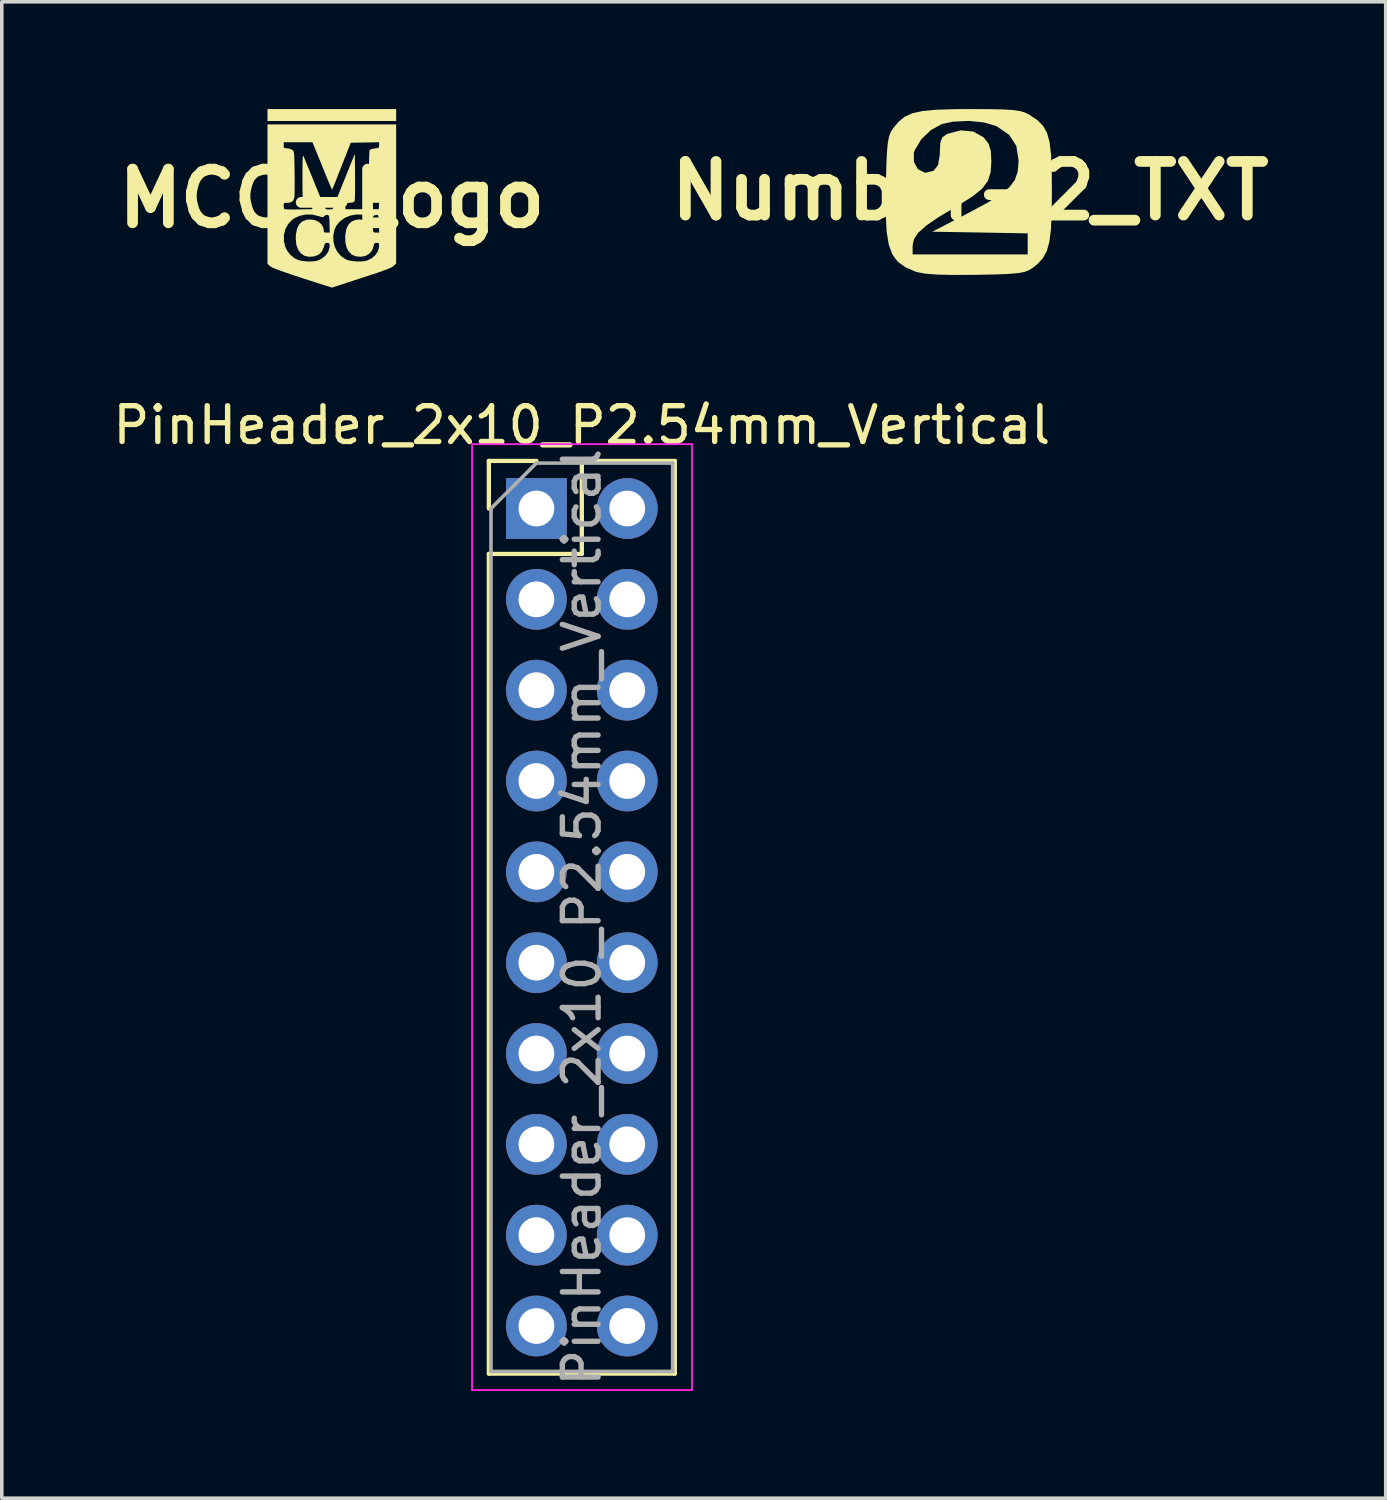
<source format=kicad_pcb>
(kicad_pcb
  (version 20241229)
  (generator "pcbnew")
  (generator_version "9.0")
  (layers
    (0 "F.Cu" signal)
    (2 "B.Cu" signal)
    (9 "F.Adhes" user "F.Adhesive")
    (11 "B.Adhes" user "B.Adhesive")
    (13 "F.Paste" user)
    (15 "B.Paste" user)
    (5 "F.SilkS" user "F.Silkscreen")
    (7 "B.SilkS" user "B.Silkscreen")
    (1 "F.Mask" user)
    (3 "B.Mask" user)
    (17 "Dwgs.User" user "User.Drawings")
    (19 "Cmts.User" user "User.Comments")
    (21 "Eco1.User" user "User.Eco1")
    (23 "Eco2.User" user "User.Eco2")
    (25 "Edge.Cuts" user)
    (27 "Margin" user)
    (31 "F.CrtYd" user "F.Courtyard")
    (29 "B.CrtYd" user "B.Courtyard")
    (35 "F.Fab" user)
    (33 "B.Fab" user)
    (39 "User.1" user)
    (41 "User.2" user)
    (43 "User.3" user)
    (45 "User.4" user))
  (footprint "MCC-Logo"
    (layer "F.Cu")
    (at 6.229 2.502)
    (property "Reference" "MCC-Logo" (at 0 0 0) (layer "F.SilkS") (effects (font (size 1.5 1.5) (thickness 0.3))))
    (attr board_only exclude_from_pos_files exclude_from_bom)
    (fp_poly (pts (xy 1.799 -2.335) (xy 1.799 -2.168) (xy 0 -2.168) (xy -1.799 -2.168) (xy -1.799 -2.335) (xy -1.799 -2.502) (xy 0 -2.502) (xy 1.799 -2.502)) (stroke (width 0) (type solid)) (fill yes) (layer "F.SilkS"))
    (fp_poly (pts (xy 1.799 -0.129) (xy 1.799 1.815) (xy 1.731 1.882) (xy 1.705 1.903) (xy 1.665 1.926) (xy 1.606 1.953) (xy 1.524 1.986) (xy 1.415 2.026) (xy 1.274 2.075) (xy 1.097 2.134) (xy 0.879 2.206) (xy 0.844 2.217) (xy 0.655 2.278) (xy 0.482 2.335) (xy 0.328 2.386) (xy 0.199 2.428) (xy 0.099 2.46) (xy 0.036 2.482) (xy 0.012 2.49) (xy -0.013 2.484) (xy -0.077 2.464) (xy -0.177 2.434) (xy -0.307 2.393) (xy -0.462 2.343) (xy -0.636 2.287) (xy -0.826 2.225) (xy -0.834 2.222) (xy -1.07 2.145) (xy -1.264 2.079) (xy -1.419 2.025) (xy -1.539 1.981) (xy -1.628 1.945) (xy -1.69 1.916) (xy -1.727 1.893) (xy -1.733 1.888) (xy -1.799 1.826) (xy -1.799 1.012) (xy -1.339 1.012) (xy -1.339 1.189) (xy -1.312 1.321) (xy -1.251 1.456) (xy -1.157 1.576) (xy -1.041 1.671) (xy -0.926 1.724) (xy -0.811 1.748) (xy -0.676 1.76) (xy -0.541 1.758) (xy -0.428 1.743) (xy -0.414 1.739) (xy -0.286 1.683) (xy -0.18 1.598) (xy -0.103 1.493) (xy -0.064 1.375) (xy -0.06 1.328) (xy -0.063 1.27) (xy -0.08 1.245) (xy -0.122 1.239) (xy -0.127 1.239) (xy -0.168 1.244) (xy -0.194 1.267) (xy -0.214 1.319) (xy -0.223 1.355) (xy -0.275 1.477) (xy -0.358 1.563) (xy -0.474 1.614) (xy -0.488 1.617) (xy -0.636 1.63) (xy -0.762 1.602) (xy -0.864 1.536) (xy -0.941 1.433) (xy -0.99 1.298) (xy -1.009 1.131) (xy -1.006 1.034) (xy 0.041 1.034) (xy 0.045 1.199) (xy 0.085 1.355) (xy 0.157 1.495) (xy 0.258 1.611) (xy 0.384 1.696) (xy 0.456 1.724) (xy 0.571 1.748) (xy 0.706 1.76) (xy 0.841 1.758) (xy 0.954 1.743) (xy 0.968 1.739) (xy 1.096 1.683) (xy 1.202 1.598) (xy 1.279 1.493) (xy 1.318 1.375) (xy 1.322 1.328) (xy 1.319 1.27) (xy 1.302 1.245) (xy 1.259 1.239) (xy 1.253 1.239) (xy 1.208 1.244) (xy 1.184 1.268) (xy 1.169 1.325) (xy 1.167 1.336) (xy 1.126 1.453) (xy 1.049 1.543) (xy 0.943 1.603) (xy 0.816 1.629) (xy 0.674 1.617) (xy 0.561 1.57) (xy 0.472 1.485) (xy 0.411 1.365) (xy 0.378 1.215) (xy 0.375 1.037) (xy 0.378 1.005) (xy 0.408 0.846) (xy 0.468 0.724) (xy 0.555 0.641) (xy 0.672 0.595) (xy 0.774 0.585) (xy 0.904 0.602) (xy 1.013 0.652) (xy 1.097 0.727) (xy 1.146 0.821) (xy 1.156 0.892) (xy 1.162 0.933) (xy 1.189 0.95) (xy 1.24 0.953) (xy 1.324 0.953) (xy 1.317 0.709) (xy 1.314 0.599) (xy 1.309 0.528) (xy 1.3 0.486) (xy 1.286 0.466) (xy 1.265 0.458) (xy 1.255 0.457) (xy 1.194 0.469) (xy 1.168 0.492) (xy 1.147 0.516) (xy 1.122 0.523) (xy 1.08 0.514) (xy 1.009 0.49) (xy 0.838 0.449) (xy 0.667 0.447) (xy 0.502 0.481) (xy 0.352 0.547) (xy 0.224 0.642) (xy 0.125 0.763) (xy 0.075 0.869) (xy 0.041 1.034) (xy -1.006 1.034) (xy -1.004 1.005) (xy -0.974 0.846) (xy -0.914 0.724) (xy -0.827 0.641) (xy -0.71 0.595) (xy -0.607 0.585) (xy -0.478 0.602) (xy -0.368 0.652) (xy -0.285 0.727) (xy -0.236 0.821) (xy -0.226 0.892) (xy -0.22 0.933) (xy -0.193 0.95) (xy -0.142 0.953) (xy -0.058 0.953) (xy -0.065 0.709) (xy -0.068 0.599) (xy -0.073 0.528) (xy -0.082 0.486) (xy -0.096 0.466) (xy -0.117 0.458) (xy -0.127 0.457) (xy -0.188 0.469) (xy -0.214 0.492) (xy -0.235 0.516) (xy -0.26 0.523) (xy -0.302 0.514) (xy -0.373 0.49) (xy -0.544 0.449) (xy -0.721 0.446) (xy -0.891 0.48) (xy -1.042 0.547) (xy -1.089 0.579) (xy -1.213 0.702) (xy -1.297 0.848) (xy -1.339 1.012) (xy -1.799 1.012) (xy -1.799 -0.124) (xy -1.799 -1.573) (xy -1.346 -1.573) (xy -1.346 -1.489) (xy -1.343 -1.435) (xy -1.325 -1.412) (xy -1.277 -1.406) (xy -1.254 -1.406) (xy -1.165 -1.391) (xy -1.105 -1.36) (xy -1.087 -1.345) (xy -1.074 -1.328) (xy -1.064 -1.302) (xy -1.057 -1.262) (xy -1.051 -1.202) (xy -1.048 -1.116) (xy -1.045 -0.999) (xy -1.043 -0.843) (xy -1.041 -0.711) (xy -1.04 -0.542) (xy -1.039 -0.385) (xy -1.04 -0.247) (xy -1.042 -0.137) (xy -1.045 -0.061) (xy -1.048 -0.031) (xy -1.077 0.053) (xy -1.131 0.101) (xy -1.218 0.119) (xy -1.241 0.119) (xy -1.306 0.121) (xy -1.337 0.134) (xy -1.346 0.166) (xy -1.346 0.199) (xy -1.342 0.258) (xy -1.331 0.293) (xy -1.33 0.294) (xy -1.302 0.3) (xy -1.234 0.303) (xy -1.136 0.305) (xy -1.015 0.305) (xy -0.931 0.304) (xy -0.548 0.298) (xy -0.541 0.208) (xy -0.533 0.119) (xy -0.64 0.119) (xy -0.692 0.119) (xy -0.732 0.114) (xy -0.764 0.1) (xy -0.787 0.073) (xy -0.802 0.026) (xy -0.813 -0.046) (xy -0.818 -0.146) (xy -0.821 -0.28) (xy -0.821 -0.454) (xy -0.821 -0.603) (xy -0.821 -0.795) (xy -0.82 -0.943) (xy -0.818 -1.053) (xy -0.815 -1.128) (xy -0.811 -1.174) (xy -0.806 -1.195) (xy -0.798 -1.194) (xy -0.788 -1.178) (xy -0.784 -1.168) (xy -0.766 -1.125) (xy -0.733 -1.044) (xy -0.687 -0.932) (xy -0.63 -0.794) (xy -0.566 -0.637) (xy -0.497 -0.467) (xy -0.472 -0.405) (xy -0.402 -0.236) (xy -0.338 -0.081) (xy -0.28 0.055) (xy -0.232 0.165) (xy -0.196 0.244) (xy -0.174 0.286) (xy -0.169 0.292) (xy -0.129 0.303) (xy -0.067 0.304) (xy -0.061 0.304) (xy 0.021 0.298) (xy 0.332 -0.477) (xy 0.643 -1.251) (xy 0.65 -0.599) (xy 0.651 -0.381) (xy 0.65 -0.207) (xy 0.648 -0.077) (xy 0.643 0.015) (xy 0.636 0.069) (xy 0.629 0.086) (xy 0.586 0.108) (xy 0.511 0.118) (xy 0.484 0.119) (xy 0.366 0.119) (xy 0.374 0.208) (xy 0.381 0.298) (xy 0.846 0.298) (xy 1.311 0.298) (xy 1.318 0.208) (xy 1.325 0.119) (xy 1.218 0.119) (xy 1.168 0.119) (xy 1.128 0.115) (xy 1.097 0.102) (xy 1.074 0.075) (xy 1.058 0.031) (xy 1.047 -0.038) (xy 1.041 -0.134) (xy 1.038 -0.264) (xy 1.037 -0.431) (xy 1.037 -0.639) (xy 1.038 -0.816) (xy 1.04 -0.978) (xy 1.043 -1.119) (xy 1.047 -1.233) (xy 1.052 -1.313) (xy 1.057 -1.353) (xy 1.058 -1.355) (xy 1.092 -1.377) (xy 1.157 -1.394) (xy 1.201 -1.4) (xy 1.272 -1.409) (xy 1.308 -1.422) (xy 1.321 -1.45) (xy 1.322 -1.493) (xy 1.322 -1.574) (xy 0.926 -1.567) (xy 0.53 -1.561) (xy 0.274 -0.911) (xy 0.209 -0.746) (xy 0.15 -0.595) (xy 0.098 -0.465) (xy 0.056 -0.361) (xy 0.026 -0.289) (xy 0.011 -0.254) (xy 0.01 -0.252) (xy -0.002 -0.269) (xy -0.028 -0.324) (xy -0.065 -0.408) (xy -0.111 -0.516) (xy -0.142 -0.592) (xy -0.204 -0.747) (xy -0.275 -0.92) (xy -0.344 -1.091) (xy -0.405 -1.24) (xy -0.412 -1.257) (xy -0.542 -1.573) (xy -0.944 -1.573) (xy -1.346 -1.573) (xy -1.799 -1.573) (xy -1.799 -2.073) (xy 0 -2.073) (xy 1.799 -2.073)) (stroke (width 0) (type solid)) (fill yes) (layer "F.SilkS")))
  (footprint "PinHeader_2x10_P2.54mm_Vertical"
    (layer "F.Cu")
    (at 11.95 11.17)
    (property "Reference" "PinHeader_2x10_P2.54mm_Vertical" (at 1.27 -2.33 0) (layer "F.SilkS") (effects (font (size 1 1) (thickness 0.15))))
    (attr through_hole)
    (fp_line (start -1.33 -1.33) (end 0 -1.33) (stroke (width 0.12) (type solid)) (layer "F.SilkS"))
    (fp_line (start -1.33 0) (end -1.33 -1.33) (stroke (width 0.12) (type solid)) (layer "F.SilkS"))
    (fp_line (start -1.33 1.27) (end -1.33 24.19) (stroke (width 0.12) (type solid)) (layer "F.SilkS"))
    (fp_line (start -1.33 1.27) (end 1.27 1.27) (stroke (width 0.12) (type solid)) (layer "F.SilkS"))
    (fp_line (start -1.33 24.19) (end 3.87 24.19) (stroke (width 0.12) (type solid)) (layer "F.SilkS"))
    (fp_line (start 1.27 -1.33) (end 3.87 -1.33) (stroke (width 0.12) (type solid)) (layer "F.SilkS"))
    (fp_line (start 1.27 1.27) (end 1.27 -1.33) (stroke (width 0.12) (type solid)) (layer "F.SilkS"))
    (fp_line (start 3.87 -1.33) (end 3.87 24.19) (stroke (width 0.12) (type solid)) (layer "F.SilkS"))
    (fp_line (start -1.8 -1.8) (end -1.8 24.65) (stroke (width 0.05) (type solid)) (layer "F.CrtYd"))
    (fp_line (start -1.8 24.65) (end 4.35 24.65) (stroke (width 0.05) (type solid)) (layer "F.CrtYd"))
    (fp_line (start 4.35 -1.8) (end -1.8 -1.8) (stroke (width 0.05) (type solid)) (layer "F.CrtYd"))
    (fp_line (start 4.35 24.65) (end 4.35 -1.8) (stroke (width 0.05) (type solid)) (layer "F.CrtYd"))
    (fp_line (start -1.27 0) (end 0 -1.27) (stroke (width 0.1) (type solid)) (layer "F.Fab"))
    (fp_line (start -1.27 24.13) (end -1.27 0) (stroke (width 0.1) (type solid)) (layer "F.Fab"))
    (fp_line (start 0 -1.27) (end 3.81 -1.27) (stroke (width 0.1) (type solid)) (layer "F.Fab"))
    (fp_line (start 3.81 -1.27) (end 3.81 24.13) (stroke (width 0.1) (type solid)) (layer "F.Fab"))
    (fp_line (start 3.81 24.13) (end -1.27 24.13) (stroke (width 0.1) (type solid)) (layer "F.Fab"))
    (fp_text user "${REFERENCE}" (at 1.27 11.43 90) (layer "F.Fab") (effects (font (size 1 1) (thickness 0.15))))
    (pad "1" thru_hole rect (at 0 0) (size 1.7 1.7) (drill 1) (layers "*.Cu" "*.Mask"))
    (pad "2" thru_hole oval (at 0 2.54) (size 1.7 1.7) (drill 1) (layers "*.Cu" "*.Mask"))
    (pad "3" thru_hole oval (at 0 5.08) (size 1.7 1.7) (drill 1) (layers "*.Cu" "*.Mask"))
    (pad "4" thru_hole oval (at 0 7.62) (size 1.7 1.7) (drill 1) (layers "*.Cu" "*.Mask"))
    (pad "5" thru_hole oval (at 0 10.16) (size 1.7 1.7) (drill 1) (layers "*.Cu" "*.Mask"))
    (pad "6" thru_hole oval (at 0 12.7) (size 1.7 1.7) (drill 1) (layers "*.Cu" "*.Mask"))
    (pad "7" thru_hole oval (at 0 15.24) (size 1.7 1.7) (drill 1) (layers "*.Cu" "*.Mask"))
    (pad "8" thru_hole oval (at 0 17.78) (size 1.7 1.7) (drill 1) (layers "*.Cu" "*.Mask"))
    (pad "9" thru_hole oval (at 0 20.32) (size 1.7 1.7) (drill 1) (layers "*.Cu" "*.Mask"))
    (pad "10" thru_hole oval (at 0 22.86) (size 1.7 1.7) (drill 1) (layers "*.Cu" "*.Mask"))
    (pad "21" thru_hole oval (at 2.54 0) (size 1.7 1.7) (drill 1) (layers "*.Cu" "*.Mask"))
    (pad "22" thru_hole oval (at 2.54 2.54) (size 1.7 1.7) (drill 1) (layers "*.Cu" "*.Mask"))
    (pad "23" thru_hole oval (at 2.54 5.08) (size 1.7 1.7) (drill 1) (layers "*.Cu" "*.Mask"))
    (pad "24" thru_hole oval (at 2.54 7.62) (size 1.7 1.7) (drill 1) (layers "*.Cu" "*.Mask"))
    (pad "25" thru_hole oval (at 2.54 10.16) (size 1.7 1.7) (drill 1) (layers "*.Cu" "*.Mask"))
    (pad "26" thru_hole oval (at 2.54 12.7) (size 1.7 1.7) (drill 1) (layers "*.Cu" "*.Mask"))
    (pad "27" thru_hole oval (at 2.54 15.24) (size 1.7 1.7) (drill 1) (layers "*.Cu" "*.Mask"))
    (pad "28" thru_hole oval (at 2.54 17.78) (size 1.7 1.7) (drill 1) (layers "*.Cu" "*.Mask"))
    (pad "29" thru_hole oval (at 2.54 20.32) (size 1.7 1.7) (drill 1) (layers "*.Cu" "*.Mask"))
    (pad "30" thru_hole oval (at 2.54 22.86) (size 1.7 1.7) (drill 1) (layers "*.Cu" "*.Mask")))
  (footprint "Number-2_TXT"
    (layer "F.Cu")
    (at 24.079 2.286)
    (property "Reference" "Number-2_TXT" (at 0 0 0) (layer "F.SilkS") (effects (font (size 1.5 1.5) (thickness 0.3))))
    (attr board_only exclude_from_pos_files exclude_from_bom)
    (fp_poly (pts (xy 0.529 -2.284) (xy 0.918 -2.276) (xy 1.195 -2.259) (xy 1.392 -2.231) (xy 1.536 -2.188) (xy 1.657 -2.127) (xy 1.673 -2.117) (xy 1.882 -1.974) (xy 2.038 -1.819) (xy 2.148 -1.626) (xy 2.22 -1.367) (xy 2.262 -1.015) (xy 2.281 -0.546) (xy 2.286 0) (xy 2.28 0.608) (xy 2.259 1.074) (xy 2.216 1.423) (xy 2.144 1.684) (xy 2.036 1.882) (xy 1.887 2.045) (xy 1.751 2.153) (xy 1.646 2.219) (xy 1.52 2.268) (xy 1.346 2.301) (xy 1.093 2.323) (xy 0.733 2.338) (xy 0.238 2.348) (xy 0.142 2.349) (xy -0.458 2.353) (xy -0.912 2.343) (xy -1.243 2.318) (xy -1.474 2.276) (xy -1.546 2.253) (xy -1.817 2.133) (xy -2.024 1.984) (xy -2.174 1.783) (xy -2.267 1.532) (xy -1.609 1.532) (xy -1.609 1.778) (xy 0 1.778) (xy 1.609 1.778) (xy 1.609 1.484) (xy 1.609 1.19) (xy 0.275 1.166) (xy -1.058 1.143) (xy -0.011 0.599) (xy 0.487 0.331) (xy 0.85 0.105) (xy 1.097 -0.099) (xy 1.25 -0.304) (xy 1.328 -0.531) (xy 1.354 -0.804) (xy 1.354 -0.856) (xy 1.291 -1.256) (xy 1.093 -1.564) (xy 0.747 -1.802) (xy 0.724 -1.813) (xy 0.383 -1.913) (xy -0.041 -1.955) (xy -0.474 -1.934) (xy -0.795 -1.866) (xy -1.097 -1.699) (xy -1.367 -1.438) (xy -1.547 -1.141) (xy -1.574 -1.06) (xy -1.573 -0.81) (xy -1.465 -0.61) (xy -1.282 -0.511) (xy -1.242 -0.508) (xy -1.024 -0.558) (xy -0.897 -0.72) (xy -0.848 -1.016) (xy -0.847 -1.104) (xy -0.833 -1.356) (xy -0.776 -1.498) (xy -0.65 -1.586) (xy -0.631 -1.595) (xy -0.264 -1.691) (xy 0.087 -1.658) (xy 0.37 -1.499) (xy 0.385 -1.486) (xy 0.514 -1.32) (xy 0.577 -1.12) (xy 0.593 -0.82) (xy 0.572 -0.519) (xy 0.495 -0.277) (xy 0.339 -0.064) (xy 0.078 0.149) (xy -0.309 0.394) (xy -0.412 0.454) (xy -0.888 0.739) (xy -1.227 0.972) (xy -1.448 1.169) (xy -1.569 1.345) (xy -1.608 1.518) (xy -1.609 1.532) (xy -2.267 1.532) (xy -2.276 1.508) (xy -2.335 1.137) (xy -2.361 0.647) (xy -2.36 0.017) (xy -2.357 -0.153) (xy -2.344 -0.672) (xy -2.328 -1.051) (xy -2.305 -1.318) (xy -2.272 -1.503) (xy -2.225 -1.635) (xy -2.159 -1.742) (xy -2.153 -1.751) (xy -2 -1.934) (xy -1.83 -2.071) (xy -1.616 -2.168) (xy -1.333 -2.231) (xy -0.952 -2.267) (xy -0.449 -2.283) (xy 0 -2.286)) (stroke (width 0) (type solid)) (fill yes) (layer "F.SilkS")))
  (gr_rect
    (start -3 -3)
    (end 35.7 38.845)
    (stroke (width 0.1) (type default))
    (fill no)
    (layer "Edge.Cuts")))
</source>
